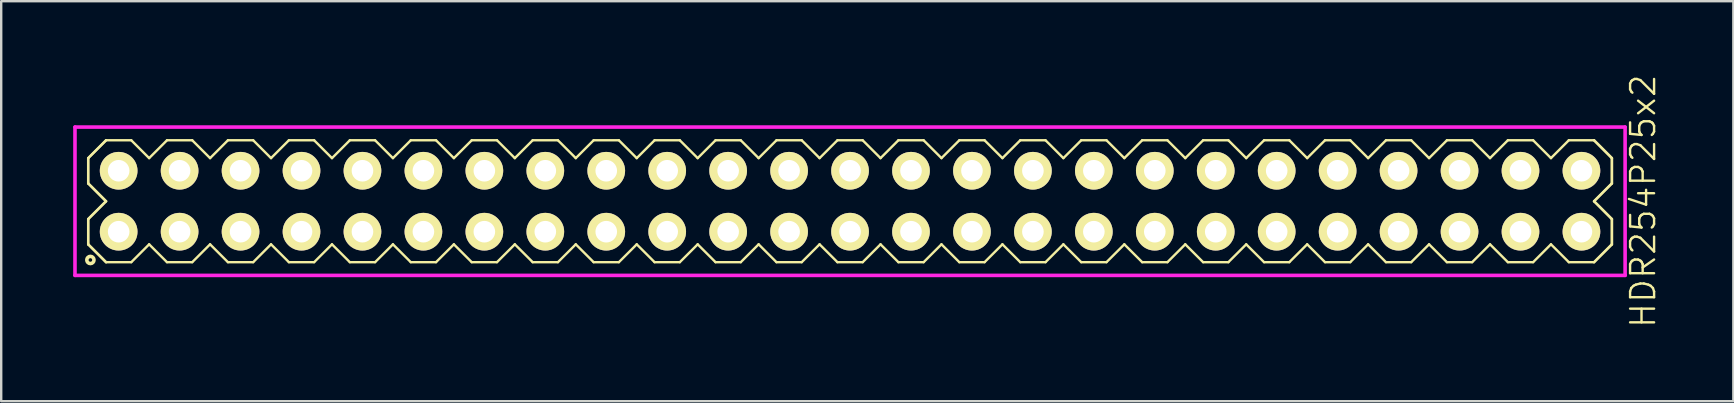
<source format=kicad_pcb>
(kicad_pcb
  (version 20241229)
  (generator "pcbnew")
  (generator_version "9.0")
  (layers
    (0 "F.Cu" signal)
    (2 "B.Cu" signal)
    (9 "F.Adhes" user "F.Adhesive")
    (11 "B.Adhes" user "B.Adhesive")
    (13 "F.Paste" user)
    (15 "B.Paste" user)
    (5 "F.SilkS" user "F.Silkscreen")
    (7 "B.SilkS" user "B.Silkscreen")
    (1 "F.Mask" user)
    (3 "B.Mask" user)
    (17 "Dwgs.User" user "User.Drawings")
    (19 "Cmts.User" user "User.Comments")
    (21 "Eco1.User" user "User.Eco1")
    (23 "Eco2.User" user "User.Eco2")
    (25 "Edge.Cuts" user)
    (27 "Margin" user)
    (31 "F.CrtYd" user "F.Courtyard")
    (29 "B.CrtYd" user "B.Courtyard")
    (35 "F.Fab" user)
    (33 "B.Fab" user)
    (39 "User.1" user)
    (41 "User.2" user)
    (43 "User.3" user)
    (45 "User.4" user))
  (footprint "HDR254P25x2"
    (layer "F.Cu")
    (at 32.375 5.336)
    (property "Reference" "HDR254P25x2" (at 33.05 0 90) (layer "F.SilkS") (effects (font (size 1 1) (thickness 0.1))))
    (attr through_hole)
    (fp_line (start -31.75 -1.796) (end -31.006 -2.54) (stroke (width 0.1) (type solid)) (layer "F.SilkS"))
    (fp_line (start -31.75 -1.796) (end -31.006 -2.54) (stroke (width 0.1) (type solid)) (layer "F.SilkS"))
    (fp_line (start -31.75 -0.744) (end -31.75 -1.796) (stroke (width 0.1) (type solid)) (layer "F.SilkS"))
    (fp_line (start -31.75 -0.744) (end -31.75 -1.796) (stroke (width 0.1) (type solid)) (layer "F.SilkS"))
    (fp_line (start -31.75 0.744) (end -31.006 0) (stroke (width 0.1) (type solid)) (layer "F.SilkS"))
    (fp_line (start -31.75 0.744) (end -31.006 0) (stroke (width 0.1) (type solid)) (layer "F.SilkS"))
    (fp_line (start -31.75 1.796) (end -31.75 0.744) (stroke (width 0.1) (type solid)) (layer "F.SilkS"))
    (fp_line (start -31.75 1.796) (end -31.75 0.744) (stroke (width 0.1) (type solid)) (layer "F.SilkS"))
    (fp_line (start -31.006 -2.54) (end -29.954 -2.54) (stroke (width 0.1) (type solid)) (layer "F.SilkS"))
    (fp_line (start -31.006 0) (end -31.75 -0.744) (stroke (width 0.1) (type solid)) (layer "F.SilkS"))
    (fp_line (start -31.006 0) (end -31.75 -0.744) (stroke (width 0.1) (type solid)) (layer "F.SilkS"))
    (fp_line (start -31.006 2.54) (end -31.75 1.796) (stroke (width 0.1) (type solid)) (layer "F.SilkS"))
    (fp_line (start -31.006 2.54) (end -31.75 1.796) (stroke (width 0.1) (type solid)) (layer "F.SilkS"))
    (fp_line (start -29.954 -2.54) (end -29.21 -1.796) (stroke (width 0.1) (type solid)) (layer "F.SilkS"))
    (fp_line (start -29.954 2.54) (end -31.006 2.54) (stroke (width 0.1) (type solid)) (layer "F.SilkS"))
    (fp_line (start -29.21 -1.796) (end -28.466 -2.54) (stroke (width 0.1) (type solid)) (layer "F.SilkS"))
    (fp_line (start -29.21 1.796) (end -29.954 2.54) (stroke (width 0.1) (type solid)) (layer "F.SilkS"))
    (fp_line (start -28.466 -2.54) (end -27.414 -2.54) (stroke (width 0.1) (type solid)) (layer "F.SilkS"))
    (fp_line (start -28.466 2.54) (end -29.21 1.796) (stroke (width 0.1) (type solid)) (layer "F.SilkS"))
    (fp_line (start -27.414 -2.54) (end -26.67 -1.796) (stroke (width 0.1) (type solid)) (layer "F.SilkS"))
    (fp_line (start -27.414 2.54) (end -28.466 2.54) (stroke (width 0.1) (type solid)) (layer "F.SilkS"))
    (fp_line (start -26.67 -1.796) (end -25.926 -2.54) (stroke (width 0.1) (type solid)) (layer "F.SilkS"))
    (fp_line (start -26.67 1.796) (end -27.414 2.54) (stroke (width 0.1) (type solid)) (layer "F.SilkS"))
    (fp_line (start -25.926 -2.54) (end -24.874 -2.54) (stroke (width 0.1) (type solid)) (layer "F.SilkS"))
    (fp_line (start -25.926 2.54) (end -26.67 1.796) (stroke (width 0.1) (type solid)) (layer "F.SilkS"))
    (fp_line (start -24.874 -2.54) (end -24.13 -1.796) (stroke (width 0.1) (type solid)) (layer "F.SilkS"))
    (fp_line (start -24.874 2.54) (end -25.926 2.54) (stroke (width 0.1) (type solid)) (layer "F.SilkS"))
    (fp_line (start -24.13 -1.796) (end -23.386 -2.54) (stroke (width 0.1) (type solid)) (layer "F.SilkS"))
    (fp_line (start -24.13 1.796) (end -24.874 2.54) (stroke (width 0.1) (type solid)) (layer "F.SilkS"))
    (fp_line (start -23.386 -2.54) (end -22.334 -2.54) (stroke (width 0.1) (type solid)) (layer "F.SilkS"))
    (fp_line (start -23.386 2.54) (end -24.13 1.796) (stroke (width 0.1) (type solid)) (layer "F.SilkS"))
    (fp_line (start -22.334 -2.54) (end -21.59 -1.796) (stroke (width 0.1) (type solid)) (layer "F.SilkS"))
    (fp_line (start -22.334 2.54) (end -23.386 2.54) (stroke (width 0.1) (type solid)) (layer "F.SilkS"))
    (fp_line (start -21.59 -1.796) (end -20.846 -2.54) (stroke (width 0.1) (type solid)) (layer "F.SilkS"))
    (fp_line (start -21.59 1.796) (end -22.334 2.54) (stroke (width 0.1) (type solid)) (layer "F.SilkS"))
    (fp_line (start -20.846 -2.54) (end -19.794 -2.54) (stroke (width 0.1) (type solid)) (layer "F.SilkS"))
    (fp_line (start -20.846 2.54) (end -21.59 1.796) (stroke (width 0.1) (type solid)) (layer "F.SilkS"))
    (fp_line (start -19.794 -2.54) (end -19.05 -1.796) (stroke (width 0.1) (type solid)) (layer "F.SilkS"))
    (fp_line (start -19.794 2.54) (end -20.846 2.54) (stroke (width 0.1) (type solid)) (layer "F.SilkS"))
    (fp_line (start -19.05 -1.796) (end -18.306 -2.54) (stroke (width 0.1) (type solid)) (layer "F.SilkS"))
    (fp_line (start -19.05 1.796) (end -19.794 2.54) (stroke (width 0.1) (type solid)) (layer "F.SilkS"))
    (fp_line (start -18.306 -2.54) (end -17.254 -2.54) (stroke (width 0.1) (type solid)) (layer "F.SilkS"))
    (fp_line (start -18.306 2.54) (end -19.05 1.796) (stroke (width 0.1) (type solid)) (layer "F.SilkS"))
    (fp_line (start -17.254 -2.54) (end -16.51 -1.796) (stroke (width 0.1) (type solid)) (layer "F.SilkS"))
    (fp_line (start -17.254 2.54) (end -18.306 2.54) (stroke (width 0.1) (type solid)) (layer "F.SilkS"))
    (fp_line (start -16.51 -1.796) (end -15.766 -2.54) (stroke (width 0.1) (type solid)) (layer "F.SilkS"))
    (fp_line (start -16.51 1.796) (end -17.254 2.54) (stroke (width 0.1) (type solid)) (layer "F.SilkS"))
    (fp_line (start -15.766 -2.54) (end -14.714 -2.54) (stroke (width 0.1) (type solid)) (layer "F.SilkS"))
    (fp_line (start -15.766 2.54) (end -16.51 1.796) (stroke (width 0.1) (type solid)) (layer "F.SilkS"))
    (fp_line (start -14.714 -2.54) (end -13.97 -1.796) (stroke (width 0.1) (type solid)) (layer "F.SilkS"))
    (fp_line (start -14.714 2.54) (end -15.766 2.54) (stroke (width 0.1) (type solid)) (layer "F.SilkS"))
    (fp_line (start -13.97 -1.796) (end -13.226 -2.54) (stroke (width 0.1) (type solid)) (layer "F.SilkS"))
    (fp_line (start -13.97 1.796) (end -14.714 2.54) (stroke (width 0.1) (type solid)) (layer "F.SilkS"))
    (fp_line (start -13.226 -2.54) (end -12.174 -2.54) (stroke (width 0.1) (type solid)) (layer "F.SilkS"))
    (fp_line (start -13.226 2.54) (end -13.97 1.796) (stroke (width 0.1) (type solid)) (layer "F.SilkS"))
    (fp_line (start -12.174 -2.54) (end -11.43 -1.796) (stroke (width 0.1) (type solid)) (layer "F.SilkS"))
    (fp_line (start -12.174 2.54) (end -13.226 2.54) (stroke (width 0.1) (type solid)) (layer "F.SilkS"))
    (fp_line (start -11.43 -1.796) (end -10.686 -2.54) (stroke (width 0.1) (type solid)) (layer "F.SilkS"))
    (fp_line (start -11.43 1.796) (end -12.174 2.54) (stroke (width 0.1) (type solid)) (layer "F.SilkS"))
    (fp_line (start -10.686 -2.54) (end -9.634 -2.54) (stroke (width 0.1) (type solid)) (layer "F.SilkS"))
    (fp_line (start -10.686 2.54) (end -11.43 1.796) (stroke (width 0.1) (type solid)) (layer "F.SilkS"))
    (fp_line (start -9.634 -2.54) (end -8.89 -1.796) (stroke (width 0.1) (type solid)) (layer "F.SilkS"))
    (fp_line (start -9.634 2.54) (end -10.686 2.54) (stroke (width 0.1) (type solid)) (layer "F.SilkS"))
    (fp_line (start -8.89 -1.796) (end -8.146 -2.54) (stroke (width 0.1) (type solid)) (layer "F.SilkS"))
    (fp_line (start -8.89 1.796) (end -9.634 2.54) (stroke (width 0.1) (type solid)) (layer "F.SilkS"))
    (fp_line (start -8.146 -2.54) (end -7.094 -2.54) (stroke (width 0.1) (type solid)) (layer "F.SilkS"))
    (fp_line (start -8.146 2.54) (end -8.89 1.796) (stroke (width 0.1) (type solid)) (layer "F.SilkS"))
    (fp_line (start -7.094 -2.54) (end -6.35 -1.796) (stroke (width 0.1) (type solid)) (layer "F.SilkS"))
    (fp_line (start -7.094 2.54) (end -8.146 2.54) (stroke (width 0.1) (type solid)) (layer "F.SilkS"))
    (fp_line (start -6.35 -1.796) (end -5.606 -2.54) (stroke (width 0.1) (type solid)) (layer "F.SilkS"))
    (fp_line (start -6.35 1.796) (end -7.094 2.54) (stroke (width 0.1) (type solid)) (layer "F.SilkS"))
    (fp_line (start -5.606 -2.54) (end -4.554 -2.54) (stroke (width 0.1) (type solid)) (layer "F.SilkS"))
    (fp_line (start -5.606 2.54) (end -6.35 1.796) (stroke (width 0.1) (type solid)) (layer "F.SilkS"))
    (fp_line (start -4.554 -2.54) (end -3.81 -1.796) (stroke (width 0.1) (type solid)) (layer "F.SilkS"))
    (fp_line (start -4.554 2.54) (end -5.606 2.54) (stroke (width 0.1) (type solid)) (layer "F.SilkS"))
    (fp_line (start -3.81 -1.796) (end -3.066 -2.54) (stroke (width 0.1) (type solid)) (layer "F.SilkS"))
    (fp_line (start -3.81 1.796) (end -4.554 2.54) (stroke (width 0.1) (type solid)) (layer "F.SilkS"))
    (fp_line (start -3.066 -2.54) (end -2.014 -2.54) (stroke (width 0.1) (type solid)) (layer "F.SilkS"))
    (fp_line (start -3.066 2.54) (end -3.81 1.796) (stroke (width 0.1) (type solid)) (layer "F.SilkS"))
    (fp_line (start -2.014 -2.54) (end -1.27 -1.796) (stroke (width 0.1) (type solid)) (layer "F.SilkS"))
    (fp_line (start -2.014 2.54) (end -3.066 2.54) (stroke (width 0.1) (type solid)) (layer "F.SilkS"))
    (fp_line (start -1.27 -1.796) (end -0.526 -2.54) (stroke (width 0.1) (type solid)) (layer "F.SilkS"))
    (fp_line (start -1.27 1.796) (end -2.014 2.54) (stroke (width 0.1) (type solid)) (layer "F.SilkS"))
    (fp_line (start -0.526 -2.54) (end 0.526 -2.54) (stroke (width 0.1) (type solid)) (layer "F.SilkS"))
    (fp_line (start -0.526 2.54) (end -1.27 1.796) (stroke (width 0.1) (type solid)) (layer "F.SilkS"))
    (fp_line (start 0.526 -2.54) (end 1.27 -1.796) (stroke (width 0.1) (type solid)) (layer "F.SilkS"))
    (fp_line (start 0.526 2.54) (end -0.526 2.54) (stroke (width 0.1) (type solid)) (layer "F.SilkS"))
    (fp_line (start 1.27 -1.796) (end 2.014 -2.54) (stroke (width 0.1) (type solid)) (layer "F.SilkS"))
    (fp_line (start 1.27 1.796) (end 0.526 2.54) (stroke (width 0.1) (type solid)) (layer "F.SilkS"))
    (fp_line (start 2.014 -2.54) (end 3.066 -2.54) (stroke (width 0.1) (type solid)) (layer "F.SilkS"))
    (fp_line (start 2.014 2.54) (end 1.27 1.796) (stroke (width 0.1) (type solid)) (layer "F.SilkS"))
    (fp_line (start 3.066 -2.54) (end 3.81 -1.796) (stroke (width 0.1) (type solid)) (layer "F.SilkS"))
    (fp_line (start 3.066 2.54) (end 2.014 2.54) (stroke (width 0.1) (type solid)) (layer "F.SilkS"))
    (fp_line (start 3.81 -1.796) (end 4.554 -2.54) (stroke (width 0.1) (type solid)) (layer "F.SilkS"))
    (fp_line (start 3.81 1.796) (end 3.066 2.54) (stroke (width 0.1) (type solid)) (layer "F.SilkS"))
    (fp_line (start 4.554 -2.54) (end 5.606 -2.54) (stroke (width 0.1) (type solid)) (layer "F.SilkS"))
    (fp_line (start 4.554 2.54) (end 3.81 1.796) (stroke (width 0.1) (type solid)) (layer "F.SilkS"))
    (fp_line (start 5.606 -2.54) (end 6.35 -1.796) (stroke (width 0.1) (type solid)) (layer "F.SilkS"))
    (fp_line (start 5.606 2.54) (end 4.554 2.54) (stroke (width 0.1) (type solid)) (layer "F.SilkS"))
    (fp_line (start 6.35 -1.796) (end 7.094 -2.54) (stroke (width 0.1) (type solid)) (layer "F.SilkS"))
    (fp_line (start 6.35 1.796) (end 5.606 2.54) (stroke (width 0.1) (type solid)) (layer "F.SilkS"))
    (fp_line (start 7.094 -2.54) (end 8.146 -2.54) (stroke (width 0.1) (type solid)) (layer "F.SilkS"))
    (fp_line (start 7.094 2.54) (end 6.35 1.796) (stroke (width 0.1) (type solid)) (layer "F.SilkS"))
    (fp_line (start 8.146 -2.54) (end 8.89 -1.796) (stroke (width 0.1) (type solid)) (layer "F.SilkS"))
    (fp_line (start 8.146 2.54) (end 7.094 2.54) (stroke (width 0.1) (type solid)) (layer "F.SilkS"))
    (fp_line (start 8.89 -1.796) (end 9.634 -2.54) (stroke (width 0.1) (type solid)) (layer "F.SilkS"))
    (fp_line (start 8.89 1.796) (end 8.146 2.54) (stroke (width 0.1) (type solid)) (layer "F.SilkS"))
    (fp_line (start 9.634 -2.54) (end 10.686 -2.54) (stroke (width 0.1) (type solid)) (layer "F.SilkS"))
    (fp_line (start 9.634 2.54) (end 8.89 1.796) (stroke (width 0.1) (type solid)) (layer "F.SilkS"))
    (fp_line (start 10.686 -2.54) (end 11.43 -1.796) (stroke (width 0.1) (type solid)) (layer "F.SilkS"))
    (fp_line (start 10.686 2.54) (end 9.634 2.54) (stroke (width 0.1) (type solid)) (layer "F.SilkS"))
    (fp_line (start 11.43 -1.796) (end 12.174 -2.54) (stroke (width 0.1) (type solid)) (layer "F.SilkS"))
    (fp_line (start 11.43 1.796) (end 10.686 2.54) (stroke (width 0.1) (type solid)) (layer "F.SilkS"))
    (fp_line (start 12.174 -2.54) (end 13.226 -2.54) (stroke (width 0.1) (type solid)) (layer "F.SilkS"))
    (fp_line (start 12.174 2.54) (end 11.43 1.796) (stroke (width 0.1) (type solid)) (layer "F.SilkS"))
    (fp_line (start 13.226 -2.54) (end 13.97 -1.796) (stroke (width 0.1) (type solid)) (layer "F.SilkS"))
    (fp_line (start 13.226 2.54) (end 12.174 2.54) (stroke (width 0.1) (type solid)) (layer "F.SilkS"))
    (fp_line (start 13.97 -1.796) (end 14.714 -2.54) (stroke (width 0.1) (type solid)) (layer "F.SilkS"))
    (fp_line (start 13.97 1.796) (end 13.226 2.54) (stroke (width 0.1) (type solid)) (layer "F.SilkS"))
    (fp_line (start 14.714 -2.54) (end 15.766 -2.54) (stroke (width 0.1) (type solid)) (layer "F.SilkS"))
    (fp_line (start 14.714 2.54) (end 13.97 1.796) (stroke (width 0.1) (type solid)) (layer "F.SilkS"))
    (fp_line (start 15.766 -2.54) (end 16.51 -1.796) (stroke (width 0.1) (type solid)) (layer "F.SilkS"))
    (fp_line (start 15.766 2.54) (end 14.714 2.54) (stroke (width 0.1) (type solid)) (layer "F.SilkS"))
    (fp_line (start 16.51 -1.796) (end 17.254 -2.54) (stroke (width 0.1) (type solid)) (layer "F.SilkS"))
    (fp_line (start 16.51 1.796) (end 15.766 2.54) (stroke (width 0.1) (type solid)) (layer "F.SilkS"))
    (fp_line (start 17.254 -2.54) (end 18.306 -2.54) (stroke (width 0.1) (type solid)) (layer "F.SilkS"))
    (fp_line (start 17.254 2.54) (end 16.51 1.796) (stroke (width 0.1) (type solid)) (layer "F.SilkS"))
    (fp_line (start 18.306 -2.54) (end 19.05 -1.796) (stroke (width 0.1) (type solid)) (layer "F.SilkS"))
    (fp_line (start 18.306 2.54) (end 17.254 2.54) (stroke (width 0.1) (type solid)) (layer "F.SilkS"))
    (fp_line (start 19.05 -1.796) (end 19.794 -2.54) (stroke (width 0.1) (type solid)) (layer "F.SilkS"))
    (fp_line (start 19.05 1.796) (end 18.306 2.54) (stroke (width 0.1) (type solid)) (layer "F.SilkS"))
    (fp_line (start 19.794 -2.54) (end 20.846 -2.54) (stroke (width 0.1) (type solid)) (layer "F.SilkS"))
    (fp_line (start 19.794 2.54) (end 19.05 1.796) (stroke (width 0.1) (type solid)) (layer "F.SilkS"))
    (fp_line (start 20.846 -2.54) (end 21.59 -1.796) (stroke (width 0.1) (type solid)) (layer "F.SilkS"))
    (fp_line (start 20.846 2.54) (end 19.794 2.54) (stroke (width 0.1) (type solid)) (layer "F.SilkS"))
    (fp_line (start 21.59 -1.796) (end 22.334 -2.54) (stroke (width 0.1) (type solid)) (layer "F.SilkS"))
    (fp_line (start 21.59 1.796) (end 20.846 2.54) (stroke (width 0.1) (type solid)) (layer "F.SilkS"))
    (fp_line (start 22.334 -2.54) (end 23.386 -2.54) (stroke (width 0.1) (type solid)) (layer "F.SilkS"))
    (fp_line (start 22.334 2.54) (end 21.59 1.796) (stroke (width 0.1) (type solid)) (layer "F.SilkS"))
    (fp_line (start 23.386 -2.54) (end 24.13 -1.796) (stroke (width 0.1) (type solid)) (layer "F.SilkS"))
    (fp_line (start 23.386 2.54) (end 22.334 2.54) (stroke (width 0.1) (type solid)) (layer "F.SilkS"))
    (fp_line (start 24.13 -1.796) (end 24.874 -2.54) (stroke (width 0.1) (type solid)) (layer "F.SilkS"))
    (fp_line (start 24.13 1.796) (end 23.386 2.54) (stroke (width 0.1) (type solid)) (layer "F.SilkS"))
    (fp_line (start 24.874 -2.54) (end 25.926 -2.54) (stroke (width 0.1) (type solid)) (layer "F.SilkS"))
    (fp_line (start 24.874 2.54) (end 24.13 1.796) (stroke (width 0.1) (type solid)) (layer "F.SilkS"))
    (fp_line (start 25.926 -2.54) (end 26.67 -1.796) (stroke (width 0.1) (type solid)) (layer "F.SilkS"))
    (fp_line (start 25.926 2.54) (end 24.874 2.54) (stroke (width 0.1) (type solid)) (layer "F.SilkS"))
    (fp_line (start 26.67 -1.796) (end 27.414 -2.54) (stroke (width 0.1) (type solid)) (layer "F.SilkS"))
    (fp_line (start 26.67 1.796) (end 25.926 2.54) (stroke (width 0.1) (type solid)) (layer "F.SilkS"))
    (fp_line (start 27.414 -2.54) (end 28.466 -2.54) (stroke (width 0.1) (type solid)) (layer "F.SilkS"))
    (fp_line (start 27.414 2.54) (end 26.67 1.796) (stroke (width 0.1) (type solid)) (layer "F.SilkS"))
    (fp_line (start 28.466 -2.54) (end 29.21 -1.796) (stroke (width 0.1) (type solid)) (layer "F.SilkS"))
    (fp_line (start 28.466 2.54) (end 27.414 2.54) (stroke (width 0.1) (type solid)) (layer "F.SilkS"))
    (fp_line (start 29.21 -1.796) (end 29.954 -2.54) (stroke (width 0.1) (type solid)) (layer "F.SilkS"))
    (fp_line (start 29.21 1.796) (end 28.466 2.54) (stroke (width 0.1) (type solid)) (layer "F.SilkS"))
    (fp_line (start 29.954 -2.54) (end 31.006 -2.54) (stroke (width 0.1) (type solid)) (layer "F.SilkS"))
    (fp_line (start 29.954 2.54) (end 29.21 1.796) (stroke (width 0.1) (type solid)) (layer "F.SilkS"))
    (fp_line (start 31.006 -2.54) (end 31.75 -1.796) (stroke (width 0.1) (type solid)) (layer "F.SilkS"))
    (fp_line (start 31.006 -2.54) (end 31.75 -1.796) (stroke (width 0.1) (type solid)) (layer "F.SilkS"))
    (fp_line (start 31.006 0) (end 31.75 0.744) (stroke (width 0.1) (type solid)) (layer "F.SilkS"))
    (fp_line (start 31.006 0) (end 31.75 0.744) (stroke (width 0.1) (type solid)) (layer "F.SilkS"))
    (fp_line (start 31.006 2.54) (end 29.954 2.54) (stroke (width 0.1) (type solid)) (layer "F.SilkS"))
    (fp_line (start 31.75 -1.796) (end 31.75 -0.744) (stroke (width 0.1) (type solid)) (layer "F.SilkS"))
    (fp_line (start 31.75 -1.796) (end 31.75 -0.744) (stroke (width 0.1) (type solid)) (layer "F.SilkS"))
    (fp_line (start 31.75 -0.744) (end 31.006 0) (stroke (width 0.1) (type solid)) (layer "F.SilkS"))
    (fp_line (start 31.75 -0.744) (end 31.006 0) (stroke (width 0.1) (type solid)) (layer "F.SilkS"))
    (fp_line (start 31.75 0.744) (end 31.75 1.796) (stroke (width 0.1) (type solid)) (layer "F.SilkS"))
    (fp_line (start 31.75 0.744) (end 31.75 1.796) (stroke (width 0.1) (type solid)) (layer "F.SilkS"))
    (fp_line (start 31.75 1.796) (end 31.006 2.54) (stroke (width 0.1) (type solid)) (layer "F.SilkS"))
    (fp_line (start 31.75 1.796) (end 31.006 2.54) (stroke (width 0.1) (type solid)) (layer "F.SilkS"))
    (fp_circle (center -31.658 2.448) (end -31.508 2.448) (stroke (width 0.15) (type solid)) (fill no) (layer "F.SilkS"))
    (fp_line (start -32.3 -3.09) (end -32.3 3.09) (stroke (width 0.15) (type solid)) (layer "F.CrtYd"))
    (fp_line (start -32.3 3.09) (end 32.3 3.09) (stroke (width 0.15) (type solid)) (layer "F.CrtYd"))
    (fp_line (start 32.3 -3.09) (end -32.3 -3.09) (stroke (width 0.15) (type solid)) (layer "F.CrtYd"))
    (fp_line (start 32.3 3.09) (end 32.3 -3.09) (stroke (width 0.15) (type solid)) (layer "F.CrtYd"))
    (pad "1" thru_hole oval (at -30.48 1.27) (size 1.57 1.57) (drill 0.9) (layers "*.Cu" "*.Mask" "F.SilkS"))
    (pad "2" thru_hole oval (at -30.48 -1.27) (size 1.57 1.57) (drill 0.9) (layers "*.Cu" "*.Mask" "F.SilkS"))
    (pad "3" thru_hole oval (at -27.94 1.27) (size 1.57 1.57) (drill 0.9) (layers "*.Cu" "*.Mask" "F.SilkS"))
    (pad "4" thru_hole oval (at -27.94 -1.27) (size 1.57 1.57) (drill 0.9) (layers "*.Cu" "*.Mask" "F.SilkS"))
    (pad "5" thru_hole oval (at -25.4 1.27) (size 1.57 1.57) (drill 0.9) (layers "*.Cu" "*.Mask" "F.SilkS"))
    (pad "6" thru_hole oval (at -25.4 -1.27) (size 1.57 1.57) (drill 0.9) (layers "*.Cu" "*.Mask" "F.SilkS"))
    (pad "7" thru_hole oval (at -22.86 1.27) (size 1.57 1.57) (drill 0.9) (layers "*.Cu" "*.Mask" "F.SilkS"))
    (pad "8" thru_hole oval (at -22.86 -1.27) (size 1.57 1.57) (drill 0.9) (layers "*.Cu" "*.Mask" "F.SilkS"))
    (pad "9" thru_hole oval (at -20.32 1.27) (size 1.57 1.57) (drill 0.9) (layers "*.Cu" "*.Mask" "F.SilkS"))
    (pad "10" thru_hole oval (at -20.32 -1.27) (size 1.57 1.57) (drill 0.9) (layers "*.Cu" "*.Mask" "F.SilkS"))
    (pad "11" thru_hole oval (at -17.78 1.27) (size 1.57 1.57) (drill 0.9) (layers "*.Cu" "*.Mask" "F.SilkS"))
    (pad "12" thru_hole oval (at -17.78 -1.27) (size 1.57 1.57) (drill 0.9) (layers "*.Cu" "*.Mask" "F.SilkS"))
    (pad "13" thru_hole oval (at -15.24 1.27) (size 1.57 1.57) (drill 0.9) (layers "*.Cu" "*.Mask" "F.SilkS"))
    (pad "14" thru_hole oval (at -15.24 -1.27) (size 1.57 1.57) (drill 0.9) (layers "*.Cu" "*.Mask" "F.SilkS"))
    (pad "15" thru_hole oval (at -12.7 1.27) (size 1.57 1.57) (drill 0.9) (layers "*.Cu" "*.Mask" "F.SilkS"))
    (pad "16" thru_hole oval (at -12.7 -1.27) (size 1.57 1.57) (drill 0.9) (layers "*.Cu" "*.Mask" "F.SilkS"))
    (pad "17" thru_hole oval (at -10.16 1.27) (size 1.57 1.57) (drill 0.9) (layers "*.Cu" "*.Mask" "F.SilkS"))
    (pad "18" thru_hole oval (at -10.16 -1.27) (size 1.57 1.57) (drill 0.9) (layers "*.Cu" "*.Mask" "F.SilkS"))
    (pad "19" thru_hole oval (at -7.62 1.27) (size 1.57 1.57) (drill 0.9) (layers "*.Cu" "*.Mask" "F.SilkS"))
    (pad "20" thru_hole oval (at -7.62 -1.27) (size 1.57 1.57) (drill 0.9) (layers "*.Cu" "*.Mask" "F.SilkS"))
    (pad "21" thru_hole oval (at -5.08 1.27) (size 1.57 1.57) (drill 0.9) (layers "*.Cu" "*.Mask" "F.SilkS"))
    (pad "22" thru_hole oval (at -5.08 -1.27) (size 1.57 1.57) (drill 0.9) (layers "*.Cu" "*.Mask" "F.SilkS"))
    (pad "23" thru_hole oval (at -2.54 1.27) (size 1.57 1.57) (drill 0.9) (layers "*.Cu" "*.Mask" "F.SilkS"))
    (pad "24" thru_hole oval (at -2.54 -1.27) (size 1.57 1.57) (drill 0.9) (layers "*.Cu" "*.Mask" "F.SilkS"))
    (pad "25" thru_hole oval (at 0 1.27) (size 1.57 1.57) (drill 0.9) (layers "*.Cu" "*.Mask" "F.SilkS"))
    (pad "26" thru_hole oval (at 0 -1.27) (size 1.57 1.57) (drill 0.9) (layers "*.Cu" "*.Mask" "F.SilkS"))
    (pad "27" thru_hole oval (at 2.54 1.27) (size 1.57 1.57) (drill 0.9) (layers "*.Cu" "*.Mask" "F.SilkS"))
    (pad "28" thru_hole oval (at 2.54 -1.27) (size 1.57 1.57) (drill 0.9) (layers "*.Cu" "*.Mask" "F.SilkS"))
    (pad "29" thru_hole oval (at 5.08 1.27) (size 1.57 1.57) (drill 0.9) (layers "*.Cu" "*.Mask" "F.SilkS"))
    (pad "30" thru_hole oval (at 5.08 -1.27) (size 1.57 1.57) (drill 0.9) (layers "*.Cu" "*.Mask" "F.SilkS"))
    (pad "31" thru_hole oval (at 7.62 1.27) (size 1.57 1.57) (drill 0.9) (layers "*.Cu" "*.Mask" "F.SilkS"))
    (pad "32" thru_hole oval (at 7.62 -1.27) (size 1.57 1.57) (drill 0.9) (layers "*.Cu" "*.Mask" "F.SilkS"))
    (pad "33" thru_hole oval (at 10.16 1.27) (size 1.57 1.57) (drill 0.9) (layers "*.Cu" "*.Mask" "F.SilkS"))
    (pad "34" thru_hole oval (at 10.16 -1.27) (size 1.57 1.57) (drill 0.9) (layers "*.Cu" "*.Mask" "F.SilkS"))
    (pad "35" thru_hole oval (at 12.7 1.27) (size 1.57 1.57) (drill 0.9) (layers "*.Cu" "*.Mask" "F.SilkS"))
    (pad "36" thru_hole oval (at 12.7 -1.27) (size 1.57 1.57) (drill 0.9) (layers "*.Cu" "*.Mask" "F.SilkS"))
    (pad "37" thru_hole oval (at 15.24 1.27) (size 1.57 1.57) (drill 0.9) (layers "*.Cu" "*.Mask" "F.SilkS"))
    (pad "38" thru_hole oval (at 15.24 -1.27) (size 1.57 1.57) (drill 0.9) (layers "*.Cu" "*.Mask" "F.SilkS"))
    (pad "39" thru_hole oval (at 17.78 1.27) (size 1.57 1.57) (drill 0.9) (layers "*.Cu" "*.Mask" "F.SilkS"))
    (pad "40" thru_hole oval (at 17.78 -1.27) (size 1.57 1.57) (drill 0.9) (layers "*.Cu" "*.Mask" "F.SilkS"))
    (pad "41" thru_hole oval (at 20.32 1.27) (size 1.57 1.57) (drill 0.9) (layers "*.Cu" "*.Mask" "F.SilkS"))
    (pad "42" thru_hole oval (at 20.32 -1.27) (size 1.57 1.57) (drill 0.9) (layers "*.Cu" "*.Mask" "F.SilkS"))
    (pad "43" thru_hole oval (at 22.86 1.27) (size 1.57 1.57) (drill 0.9) (layers "*.Cu" "*.Mask" "F.SilkS"))
    (pad "44" thru_hole oval (at 22.86 -1.27) (size 1.57 1.57) (drill 0.9) (layers "*.Cu" "*.Mask" "F.SilkS"))
    (pad "45" thru_hole oval (at 25.4 1.27) (size 1.57 1.57) (drill 0.9) (layers "*.Cu" "*.Mask" "F.SilkS"))
    (pad "46" thru_hole oval (at 25.4 -1.27) (size 1.57 1.57) (drill 0.9) (layers "*.Cu" "*.Mask" "F.SilkS"))
    (pad "47" thru_hole oval (at 27.94 1.27) (size 1.57 1.57) (drill 0.9) (layers "*.Cu" "*.Mask" "F.SilkS"))
    (pad "48" thru_hole oval (at 27.94 -1.27) (size 1.57 1.57) (drill 0.9) (layers "*.Cu" "*.Mask" "F.SilkS"))
    (pad "49" thru_hole oval (at 30.48 1.27) (size 1.57 1.57) (drill 0.9) (layers "*.Cu" "*.Mask" "F.SilkS"))
    (pad "50" thru_hole oval (at 30.48 -1.27) (size 1.57 1.57) (drill 0.9) (layers "*.Cu" "*.Mask" "F.SilkS")))
  (gr_rect
    (start -3 -3)
    (end 69.186 13.671)
    (stroke (width 0.1) (type default))
    (fill no)
    (layer "Edge.Cuts")))
</source>
